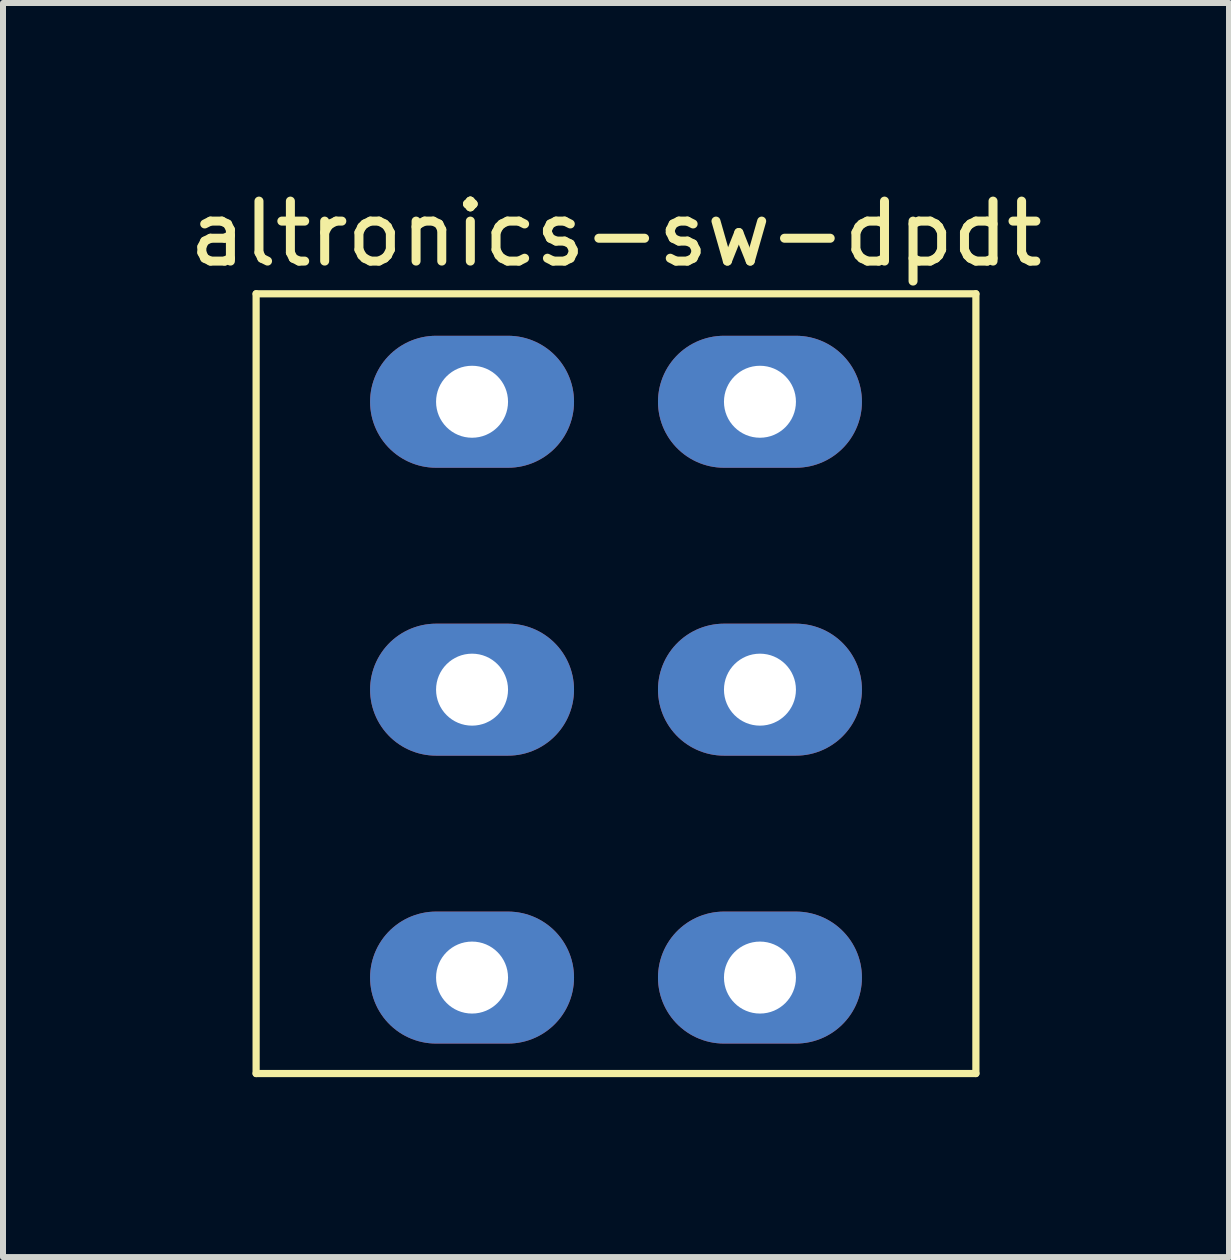
<source format=kicad_pcb>
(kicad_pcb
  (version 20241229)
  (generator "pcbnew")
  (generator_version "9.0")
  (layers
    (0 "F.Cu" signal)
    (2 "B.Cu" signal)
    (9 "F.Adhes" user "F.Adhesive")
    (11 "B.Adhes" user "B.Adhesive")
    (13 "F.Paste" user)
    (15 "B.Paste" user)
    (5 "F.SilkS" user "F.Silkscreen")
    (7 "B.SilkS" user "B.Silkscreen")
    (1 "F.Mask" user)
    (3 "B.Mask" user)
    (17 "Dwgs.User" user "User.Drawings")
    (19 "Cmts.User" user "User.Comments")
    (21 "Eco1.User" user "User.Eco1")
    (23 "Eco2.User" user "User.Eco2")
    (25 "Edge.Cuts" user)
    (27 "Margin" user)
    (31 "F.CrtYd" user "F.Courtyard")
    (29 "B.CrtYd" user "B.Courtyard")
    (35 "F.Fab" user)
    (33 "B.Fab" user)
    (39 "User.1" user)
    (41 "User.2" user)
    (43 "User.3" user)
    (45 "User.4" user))
  (footprint "altronics-sw-dpdt"
    (layer "F.Cu")
    (at 7.22 1.848)
    (property "Reference" "altronics-sw-dpdt" (at 0 -1 0) (layer "F.SilkS") (effects (font (size 1 1) (thickness 0.15))))
    (attr through_hole)
    (fp_line (start -6 0) (end 6 0) (stroke (width 0.12) (type solid)) (layer "F.SilkS"))
    (fp_line (start -6 13) (end -6 0) (stroke (width 0.12) (type solid)) (layer "F.SilkS"))
    (fp_line (start 6 0) (end 6 13) (stroke (width 0.12) (type solid)) (layer "F.SilkS"))
    (fp_line (start 6 13) (end -6 13) (stroke (width 0.12) (type solid)) (layer "F.SilkS"))
    (pad "1" thru_hole oval (at -2.4 1.8) (size 3.4 2.2) (drill 1.2) (layers "*.Cu" "*.Mask"))
    (pad "2" thru_hole oval (at -2.4 6.6) (size 3.4 2.2) (drill 1.2) (layers "*.Cu" "*.Mask"))
    (pad "3" thru_hole oval (at -2.4 11.4) (size 3.4 2.2) (drill 1.2) (layers "*.Cu" "*.Mask"))
    (pad "4" thru_hole oval (at 2.4 1.8) (size 3.4 2.2) (drill 1.2) (layers "*.Cu" "*.Mask"))
    (pad "5" thru_hole oval (at 2.4 6.6) (size 3.4 2.2) (drill 1.2) (layers "*.Cu" "*.Mask"))
    (pad "6" thru_hole oval (at 2.4 11.4) (size 3.4 2.2) (drill 1.2) (layers "*.Cu" "*.Mask")))
  (gr_rect
    (start -3 -3)
    (end 17.44 17.908)
    (stroke (width 0.1) (type default))
    (fill no)
    (layer "Edge.Cuts")))
</source>
